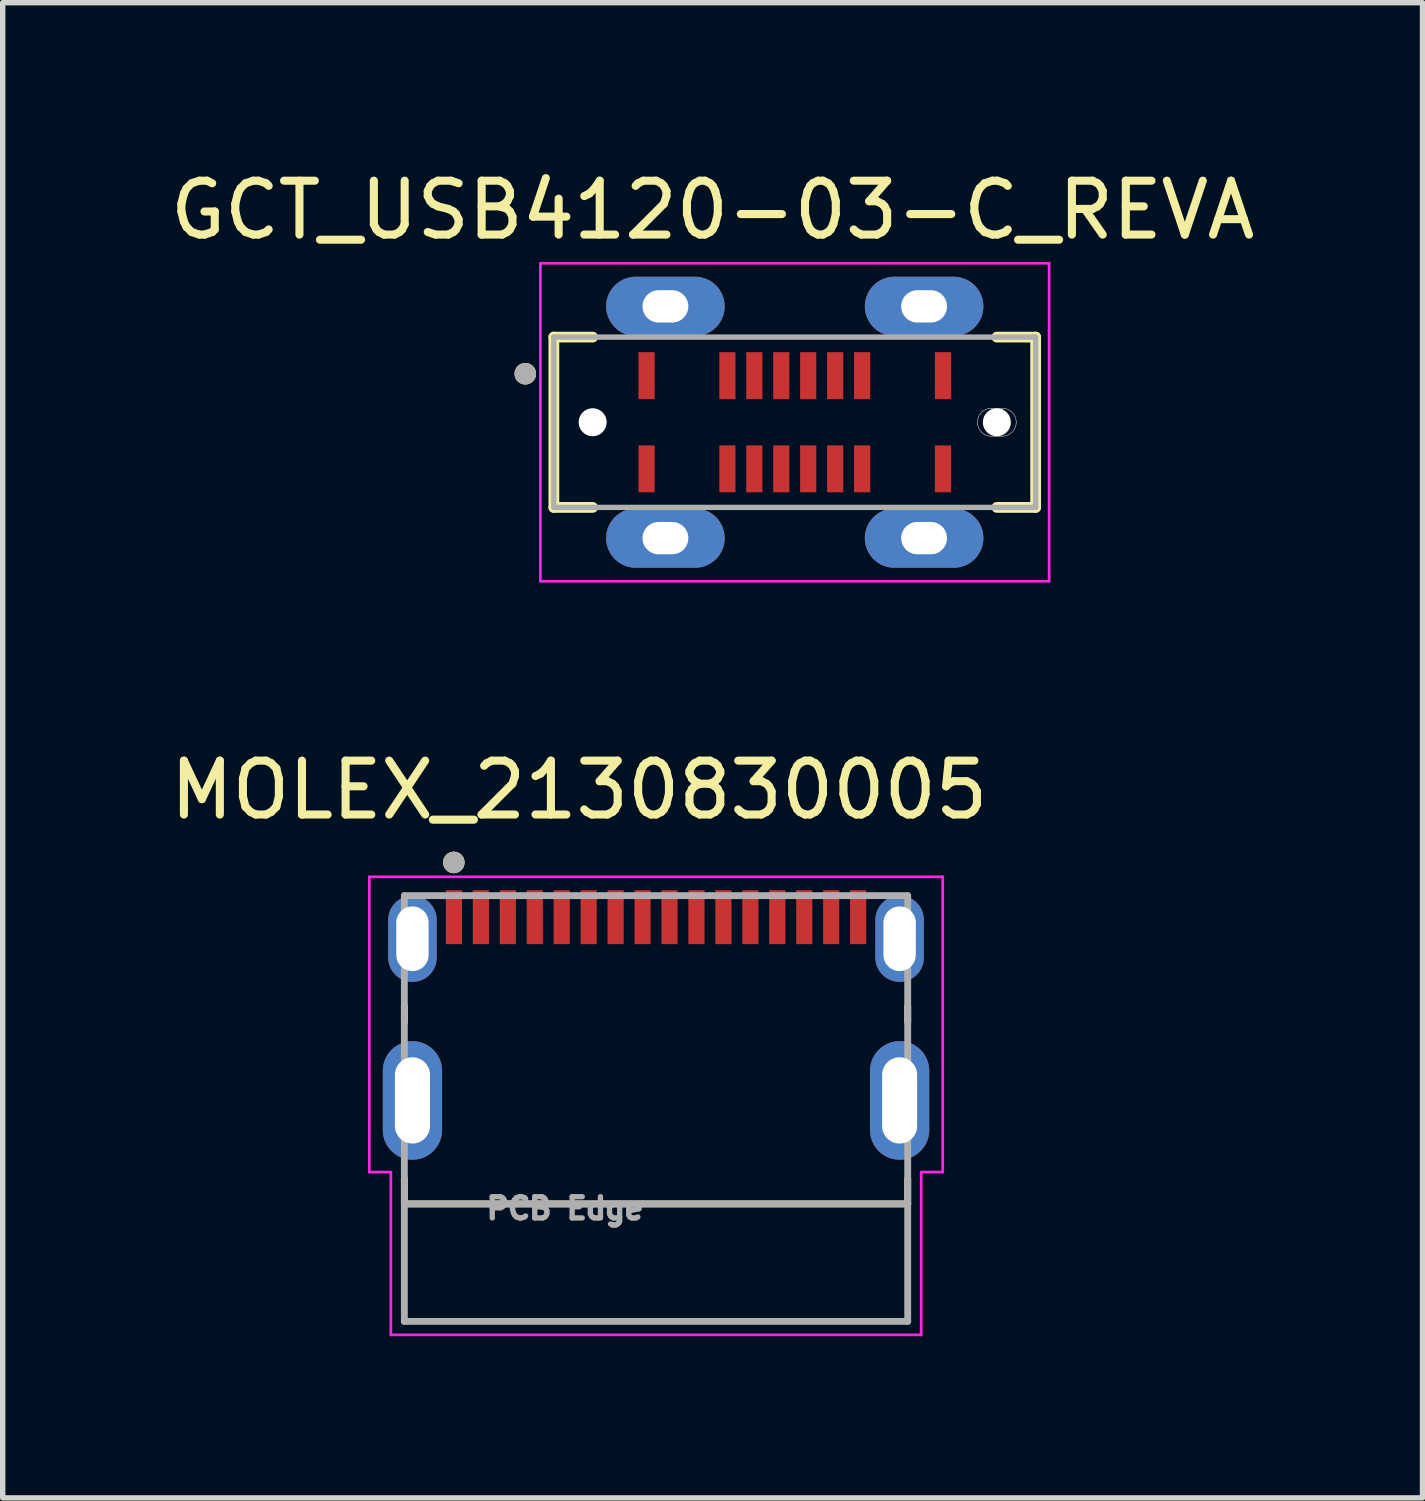
<source format=kicad_pcb>
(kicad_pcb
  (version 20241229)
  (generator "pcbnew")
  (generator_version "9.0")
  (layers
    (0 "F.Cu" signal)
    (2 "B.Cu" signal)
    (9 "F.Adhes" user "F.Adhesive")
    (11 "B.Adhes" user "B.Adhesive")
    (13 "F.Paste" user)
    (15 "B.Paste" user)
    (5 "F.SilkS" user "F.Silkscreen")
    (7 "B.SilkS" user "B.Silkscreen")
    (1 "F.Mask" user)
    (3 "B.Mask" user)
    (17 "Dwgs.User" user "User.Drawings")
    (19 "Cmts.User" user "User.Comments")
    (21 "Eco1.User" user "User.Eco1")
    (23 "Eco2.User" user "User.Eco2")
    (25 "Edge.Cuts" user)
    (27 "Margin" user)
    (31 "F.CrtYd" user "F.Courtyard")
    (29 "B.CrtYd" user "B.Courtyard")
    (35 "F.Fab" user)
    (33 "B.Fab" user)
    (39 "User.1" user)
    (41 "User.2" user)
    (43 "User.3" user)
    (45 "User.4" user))
  (footprint "GCT_USB4120-03-C_REVA"
    (layer "F.Cu")
    (at 11.697 4.785)
    (property "Reference" "GCT_USB4120-03-C_REVA" (at -1.524 -3.937 0) (layer "F.SilkS") (effects (font (size 1 1) (thickness 0.15))))
    (attr through_hole)
    (fp_line (start -4.47 -1.58) (end -4.47 1.58) (stroke (width 0.2) (type solid)) (layer "F.SilkS"))
    (fp_line (start -4.47 1.58) (end -3.75 1.58) (stroke (width 0.2) (type solid)) (layer "F.SilkS"))
    (fp_line (start -3.75 -1.58) (end -4.47 -1.58) (stroke (width 0.2) (type solid)) (layer "F.SilkS"))
    (fp_line (start 3.75 -1.58) (end 4.47 -1.58) (stroke (width 0.2) (type solid)) (layer "F.SilkS"))
    (fp_line (start 4.47 -1.58) (end 4.47 1.58) (stroke (width 0.2) (type solid)) (layer "F.SilkS"))
    (fp_line (start 4.47 1.58) (end 3.75 1.58) (stroke (width 0.2) (type solid)) (layer "F.SilkS"))
    (fp_circle (center -5 -0.9) (end -4.9 -0.9) (stroke (width 0.2) (type solid)) (fill no) (layer "F.SilkS"))
    (fp_line (start 3.65 -0.26) (end 3.85 -0.26) (stroke (width 0.01) (type solid)) (layer "Edge.Cuts"))
    (fp_line (start 3.85 0.26) (end 3.65 0.26) (stroke (width 0.01) (type solid)) (layer "Edge.Cuts"))
    (fp_arc (start 3.39 0) (mid 3.466152 -0.183848) (end 3.65 -0.26) (stroke (width 0.01) (type solid)) (layer "Edge.Cuts"))
    (fp_arc (start 3.65 0.26) (mid 3.466152 0.183848) (end 3.39 0) (stroke (width 0.01) (type solid)) (layer "Edge.Cuts"))
    (fp_arc (start 3.85 -0.26) (mid 4.033848 -0.183848) (end 4.11 0) (stroke (width 0.01) (type solid)) (layer "Edge.Cuts"))
    (fp_arc (start 4.11 0) (mid 4.033848 0.183848) (end 3.85 0.26) (stroke (width 0.01) (type solid)) (layer "Edge.Cuts"))
    (fp_line (start -4.72 -2.95) (end 4.72 -2.95) (stroke (width 0.05) (type solid)) (layer "F.CrtYd"))
    (fp_line (start -4.72 2.95) (end -4.72 -2.95) (stroke (width 0.05) (type solid)) (layer "F.CrtYd"))
    (fp_line (start 4.72 -2.95) (end 4.72 2.95) (stroke (width 0.05) (type solid)) (layer "F.CrtYd"))
    (fp_line (start 4.72 2.95) (end -4.72 2.95) (stroke (width 0.05) (type solid)) (layer "F.CrtYd"))
    (fp_line (start -4.47 -1.58) (end 4.47 -1.58) (stroke (width 0.1) (type solid)) (layer "F.Fab"))
    (fp_line (start -4.47 1.58) (end -4.47 -1.58) (stroke (width 0.1) (type solid)) (layer "F.Fab"))
    (fp_line (start 4.47 -1.58) (end 4.47 1.58) (stroke (width 0.1) (type solid)) (layer "F.Fab"))
    (fp_line (start 4.47 1.58) (end -4.47 1.58) (stroke (width 0.1) (type solid)) (layer "F.Fab"))
    (fp_circle (center -5 -0.9) (end -4.9 -0.9) (stroke (width 0.2) (type solid)) (fill no) (layer "F.Fab"))
    (pad "" np_thru_hole circle (at -3.75 0) (size 0.52 0.52) (drill 0.52) (layers "*.Cu" "*.Mask"))
    (pad "" np_thru_hole circle (at 3.75 0) (size 0.52 0.52) (drill 0.52) (layers "*.Cu" "*.Mask"))
    (pad "A1" smd rect (at -2.75 -0.865) (size 0.3 0.87) (layers "F.Cu" "F.Mask" "F.Paste"))
    (pad "A4" smd rect (at -1.25 -0.865) (size 0.3 0.87) (layers "F.Cu" "F.Mask" "F.Paste"))
    (pad "A5" smd rect (at -0.75 -0.865) (size 0.3 0.87) (layers "F.Cu" "F.Mask" "F.Paste"))
    (pad "A6" smd rect (at -0.25 -0.865) (size 0.3 0.87) (layers "F.Cu" "F.Mask" "F.Paste"))
    (pad "A7" smd rect (at 0.25 -0.865) (size 0.3 0.87) (layers "F.Cu" "F.Mask" "F.Paste"))
    (pad "A8" smd rect (at 0.75 -0.865) (size 0.3 0.87) (layers "F.Cu" "F.Mask" "F.Paste"))
    (pad "A9" smd rect (at 1.25 -0.865) (size 0.3 0.87) (layers "F.Cu" "F.Mask" "F.Paste"))
    (pad "A12" smd rect (at 2.75 -0.865) (size 0.3 0.87) (layers "F.Cu" "F.Mask" "F.Paste"))
    (pad "B1" smd rect (at 2.75 0.865) (size 0.3 0.87) (layers "F.Cu" "F.Mask" "F.Paste"))
    (pad "B4" smd rect (at 1.25 0.865) (size 0.3 0.87) (layers "F.Cu" "F.Mask" "F.Paste"))
    (pad "B5" smd rect (at 0.75 0.865) (size 0.3 0.87) (layers "F.Cu" "F.Mask" "F.Paste"))
    (pad "B6" smd rect (at 0.25 0.865) (size 0.3 0.87) (layers "F.Cu" "F.Mask" "F.Paste"))
    (pad "B7" smd rect (at -0.25 0.865) (size 0.3 0.87) (layers "F.Cu" "F.Mask" "F.Paste"))
    (pad "B8" smd rect (at -0.75 0.865) (size 0.3 0.87) (layers "F.Cu" "F.Mask" "F.Paste"))
    (pad "B9" smd rect (at -1.25 0.865) (size 0.3 0.87) (layers "F.Cu" "F.Mask" "F.Paste"))
    (pad "B12" smd rect (at -2.75 0.865) (size 0.3 0.87) (layers "F.Cu" "F.Mask" "F.Paste"))
    (pad "S1" thru_hole oval (at -2.4 -2.15) (size 2.2 1.1) (drill oval 0.85 0.6) (layers "*.Cu" "*.Mask"))
    (pad "S2" thru_hole oval (at -2.4 2.15) (size 2.2 1.1) (drill oval 0.85 0.6) (layers "*.Cu" "*.Mask"))
    (pad "S3" thru_hole oval (at 2.4 -2.15) (size 2.2 1.1) (drill oval 0.85 0.6) (layers "*.Cu" "*.Mask"))
    (pad "S4" thru_hole oval (at 2.4 2.15) (size 2.2 1.1) (drill oval 0.85 0.6) (layers "*.Cu" "*.Mask")))
  (footprint "MOLEX_2130830005"
    (layer "F.Cu")
    (at 9.123 13.969)
    (property "Reference" "MOLEX_2130830005" (at -1.427 -2.36 0) (layer "F.SilkS") (effects (font (size 1 1) (thickness 0.15))))
    (attr smd)
    (fp_line (start -4.67 1.95) (end -4.67 1.65) (stroke (width 0.127) (type solid)) (layer "F.SilkS"))
    (fp_line (start -4.67 4.85) (end -4.67 5.32) (stroke (width 0.127) (type solid)) (layer "F.SilkS"))
    (fp_line (start 4.67 1.95) (end 4.67 1.65) (stroke (width 0.127) (type solid)) (layer "F.SilkS"))
    (fp_line (start 4.67 4.85) (end 4.67 5.32) (stroke (width 0.127) (type solid)) (layer "F.SilkS"))
    (fp_line (start 4.67 5.32) (end -4.67 5.32) (stroke (width 0.127) (type solid)) (layer "F.SilkS"))
    (fp_circle (center -3.752 -1.016) (end -3.652 -1.016) (stroke (width 0.2) (type solid)) (fill no) (layer "F.SilkS"))
    (fp_line (start -5.32 -0.75) (end 5.32 -0.75) (stroke (width 0.05) (type solid)) (layer "F.CrtYd"))
    (fp_line (start -5.32 4.73) (end -5.32 -0.75) (stroke (width 0.05) (type solid)) (layer "F.CrtYd"))
    (fp_line (start -5.32 4.73) (end -4.92 4.73) (stroke (width 0.05) (type solid)) (layer "F.CrtYd"))
    (fp_line (start -4.92 4.73) (end -4.92 7.75) (stroke (width 0.05) (type solid)) (layer "F.CrtYd"))
    (fp_line (start -4.92 7.75) (end 4.92 7.75) (stroke (width 0.05) (type solid)) (layer "F.CrtYd"))
    (fp_line (start 4.92 4.73) (end 4.92 7.75) (stroke (width 0.05) (type solid)) (layer "F.CrtYd"))
    (fp_line (start 5.32 -0.75) (end 5.32 4.73) (stroke (width 0.05) (type solid)) (layer "F.CrtYd"))
    (fp_line (start 5.32 4.73) (end 4.92 4.73) (stroke (width 0.05) (type solid)) (layer "F.CrtYd"))
    (fp_line (start -4.67 -0.4) (end 4.67 -0.4) (stroke (width 0.127) (type solid)) (layer "F.Fab"))
    (fp_line (start -4.67 5.32) (end -4.67 -0.4) (stroke (width 0.127) (type solid)) (layer "F.Fab"))
    (fp_line (start -4.67 7.5) (end -4.67 5.32) (stroke (width 0.127) (type solid)) (layer "F.Fab"))
    (fp_line (start 4.67 -0.4) (end 4.67 5.32) (stroke (width 0.127) (type solid)) (layer "F.Fab"))
    (fp_line (start 4.67 5.32) (end -4.67 5.32) (stroke (width 0.127) (type solid)) (layer "F.Fab"))
    (fp_line (start 4.67 5.32) (end 4.67 7.5) (stroke (width 0.127) (type solid)) (layer "F.Fab"))
    (fp_line (start 4.67 7.5) (end -4.67 7.5) (stroke (width 0.127) (type solid)) (layer "F.Fab"))
    (fp_circle (center -3.752 -1.016) (end -3.652 -1.016) (stroke (width 0.2) (type solid)) (fill no) (layer "F.Fab"))
    (fp_text user "PCB Edge" (at -1.688 5.403 0) (layer "F.Fab") (effects (font (size 0.394 0.394) (thickness 0.15))))
    (pad "A1" smd rect (at -3.75 0 90) (size 1 0.3) (layers "F.Cu" "F.Mask" "F.Paste"))
    (pad "A4" smd rect (at -2.75 0 90) (size 1 0.3) (layers "F.Cu" "F.Mask" "F.Paste"))
    (pad "A5" smd rect (at -1.75 0 90) (size 1 0.3) (layers "F.Cu" "F.Mask" "F.Paste"))
    (pad "A6" smd rect (at -0.75 0 90) (size 1 0.3) (layers "F.Cu" "F.Mask" "F.Paste"))
    (pad "A7" smd rect (at 0.75 0 90) (size 1 0.3) (layers "F.Cu" "F.Mask" "F.Paste"))
    (pad "A8" smd rect (at 1.75 0 90) (size 1 0.3) (layers "F.Cu" "F.Mask" "F.Paste"))
    (pad "A9" smd rect (at 2.75 0 90) (size 1 0.3) (layers "F.Cu" "F.Mask" "F.Paste"))
    (pad "A12" smd rect (at 3.75 0 90) (size 1 0.3) (layers "F.Cu" "F.Mask" "F.Paste"))
    (pad "B1" smd rect (at 3.25 0 90) (size 1 0.3) (layers "F.Cu" "F.Mask" "F.Paste"))
    (pad "B4" smd rect (at 2.25 0 90) (size 1 0.3) (layers "F.Cu" "F.Mask" "F.Paste"))
    (pad "B5" smd rect (at 1.25 0 90) (size 1 0.3) (layers "F.Cu" "F.Mask" "F.Paste"))
    (pad "B6" smd rect (at 0.25 0 90) (size 1 0.3) (layers "F.Cu" "F.Mask" "F.Paste"))
    (pad "B7" smd rect (at -0.25 0 90) (size 1 0.3) (layers "F.Cu" "F.Mask" "F.Paste"))
    (pad "B8" smd rect (at -1.25 0 90) (size 1 0.3) (layers "F.Cu" "F.Mask" "F.Paste"))
    (pad "B9" smd rect (at -2.25 0 90) (size 1 0.3) (layers "F.Cu" "F.Mask" "F.Paste"))
    (pad "B12" smd rect (at -3.25 0 90) (size 1 0.3) (layers "F.Cu" "F.Mask" "F.Paste"))
    (pad "S1" thru_hole oval (at -4.52 0.4) (size 0.9 1.6) (drill oval 0.6 1.2) (layers "*.Cu"))
    (pad "S2" thru_hole oval (at -4.52 3.4) (size 1.1 2.2) (drill oval 0.65 1.6) (layers "*.Cu" "*.Mask"))
    (pad "S3" thru_hole oval (at 4.52 3.4) (size 1.1 2.2) (drill oval 0.65 1.6) (layers "*.Cu" "*.Mask"))
    (pad "S4" thru_hole oval (at 4.52 0.4) (size 0.9 1.6) (drill oval 0.6 1.2) (layers "*.Cu"))
    (zone (net_name "") (layer "F.Cu") (hatch full 0.508) (connect_pads) (min_thickness 0.01) (filled_areas_thickness no) (keepout (tracks not_allowed) (vias not_allowed) (pads not_allowed) (copperpour not_allowed) (footprints allowed)) (placement (enabled no)) (fill) (polygon (pts (xy 12.823 19.288) (xy 5.423 19.288) (xy 5.423 14.789) (xy 12.823 14.789))))
    (zone (net_name "") (layers "F.Cu" "B.Cu") (hatch full 0.508) (connect_pads) (min_thickness 0.01) (filled_areas_thickness no) (keepout (tracks allowed) (vias not_allowed) (pads allowed) (copperpour allowed) (footprints allowed)) (placement (enabled no)) (fill) (polygon (pts (xy 12.823 19.288) (xy 5.423 19.288) (xy 5.423 14.789) (xy 12.823 14.789))))
    (zone (net_name "") (layer "B.Cu") (hatch full 0.508) (connect_pads) (min_thickness 0.01) (filled_areas_thickness no) (keepout (tracks not_allowed) (vias not_allowed) (pads not_allowed) (copperpour not_allowed) (footprints allowed)) (placement (enabled no)) (fill) (polygon (pts (xy 12.823 19.288) (xy 5.423 19.288) (xy 5.423 14.789) (xy 12.823 14.789)))))
  (gr_rect
    (start -3 -3)
    (end 23.345 24.744)
    (stroke (width 0.1) (type default))
    (fill no)
    (layer "Edge.Cuts")))
</source>
